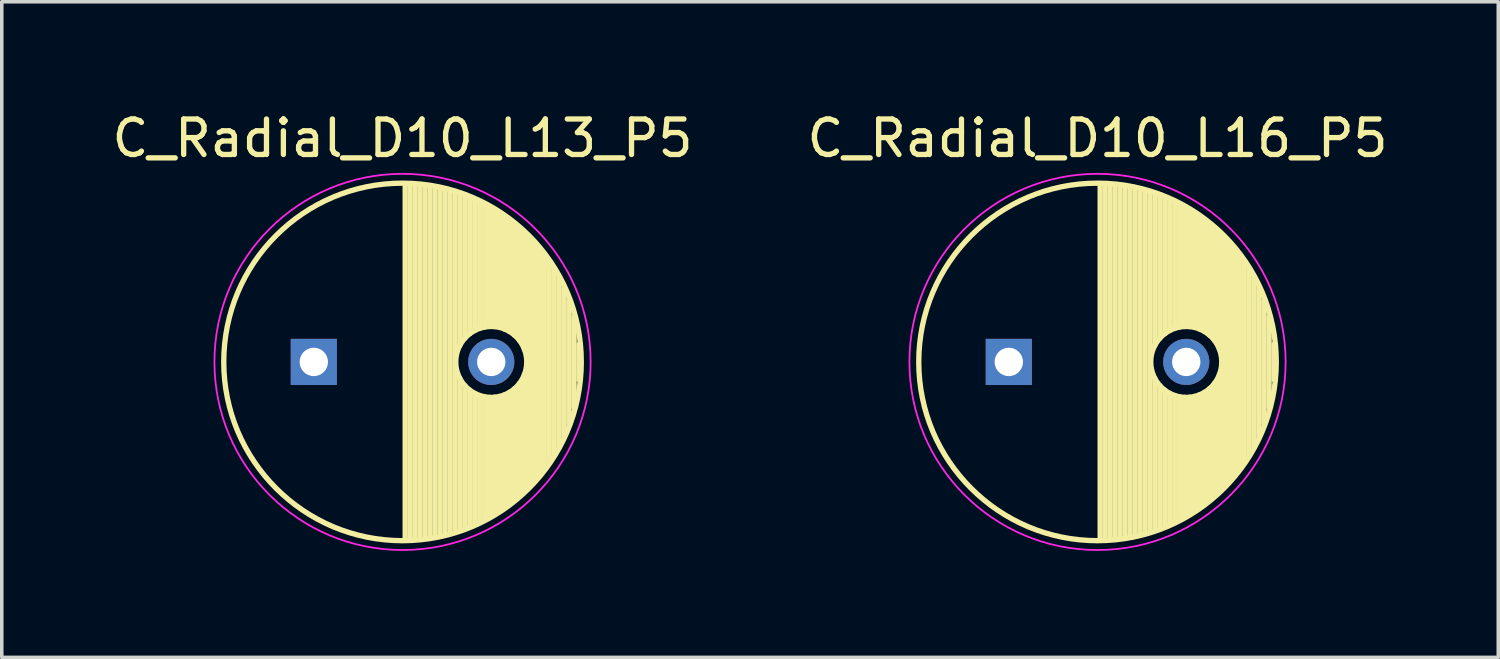
<source format=kicad_pcb>
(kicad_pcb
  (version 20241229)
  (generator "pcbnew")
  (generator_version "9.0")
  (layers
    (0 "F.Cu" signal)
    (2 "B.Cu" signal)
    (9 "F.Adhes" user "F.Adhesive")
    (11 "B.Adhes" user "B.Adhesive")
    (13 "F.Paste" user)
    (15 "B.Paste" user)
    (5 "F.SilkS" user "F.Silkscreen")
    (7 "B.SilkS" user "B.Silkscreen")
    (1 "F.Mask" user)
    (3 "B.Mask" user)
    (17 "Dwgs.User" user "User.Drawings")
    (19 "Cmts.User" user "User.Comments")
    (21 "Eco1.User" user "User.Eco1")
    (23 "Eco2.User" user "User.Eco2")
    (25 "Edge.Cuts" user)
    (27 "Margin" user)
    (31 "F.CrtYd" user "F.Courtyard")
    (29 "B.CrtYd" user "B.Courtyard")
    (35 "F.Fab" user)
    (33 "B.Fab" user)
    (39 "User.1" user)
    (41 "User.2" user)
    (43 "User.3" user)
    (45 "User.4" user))
  (footprint "C_Radial_D10_L13_P5"
    (layer "F.Cu")
    (at 5.792 7.148)
    (property "Reference" "C_Radial_D10_L13_P5" (at 2.5 -6.3 0) (layer "F.SilkS") (effects (font (size 1 1) (thickness 0.15))))
    (attr through_hole)
    (fp_line (start 2.575 -4.999) (end 2.575 4.999) (stroke (width 0.15) (type solid)) (layer "F.SilkS"))
    (fp_line (start 2.715 -4.995) (end 2.715 4.995) (stroke (width 0.15) (type solid)) (layer "F.SilkS"))
    (fp_line (start 2.855 -4.987) (end 2.855 4.987) (stroke (width 0.15) (type solid)) (layer "F.SilkS"))
    (fp_line (start 2.995 -4.975) (end 2.995 4.975) (stroke (width 0.15) (type solid)) (layer "F.SilkS"))
    (fp_line (start 3.135 -4.96) (end 3.135 4.96) (stroke (width 0.15) (type solid)) (layer "F.SilkS"))
    (fp_line (start 3.275 -4.94) (end 3.275 4.94) (stroke (width 0.15) (type solid)) (layer "F.SilkS"))
    (fp_line (start 3.415 -4.916) (end 3.415 4.916) (stroke (width 0.15) (type solid)) (layer "F.SilkS"))
    (fp_line (start 3.555 -4.887) (end 3.555 4.887) (stroke (width 0.15) (type solid)) (layer "F.SilkS"))
    (fp_line (start 3.695 -4.855) (end 3.695 4.855) (stroke (width 0.15) (type solid)) (layer "F.SilkS"))
    (fp_line (start 3.835 -4.818) (end 3.835 4.818) (stroke (width 0.15) (type solid)) (layer "F.SilkS"))
    (fp_line (start 3.975 -4.777) (end 3.975 4.777) (stroke (width 0.15) (type solid)) (layer "F.SilkS"))
    (fp_line (start 4.115 -4.732) (end 4.115 -0.466) (stroke (width 0.15) (type solid)) (layer "F.SilkS"))
    (fp_line (start 4.115 0.466) (end 4.115 4.732) (stroke (width 0.15) (type solid)) (layer "F.SilkS"))
    (fp_line (start 4.255 -4.682) (end 4.255 -0.667) (stroke (width 0.15) (type solid)) (layer "F.SilkS"))
    (fp_line (start 4.255 0.667) (end 4.255 4.682) (stroke (width 0.15) (type solid)) (layer "F.SilkS"))
    (fp_line (start 4.395 -4.627) (end 4.395 -0.796) (stroke (width 0.15) (type solid)) (layer "F.SilkS"))
    (fp_line (start 4.395 0.796) (end 4.395 4.627) (stroke (width 0.15) (type solid)) (layer "F.SilkS"))
    (fp_line (start 4.535 -4.567) (end 4.535 -0.885) (stroke (width 0.15) (type solid)) (layer "F.SilkS"))
    (fp_line (start 4.535 0.885) (end 4.535 4.567) (stroke (width 0.15) (type solid)) (layer "F.SilkS"))
    (fp_line (start 4.675 -4.502) (end 4.675 -0.946) (stroke (width 0.15) (type solid)) (layer "F.SilkS"))
    (fp_line (start 4.675 0.946) (end 4.675 4.502) (stroke (width 0.15) (type solid)) (layer "F.SilkS"))
    (fp_line (start 4.815 -4.432) (end 4.815 -0.983) (stroke (width 0.15) (type solid)) (layer "F.SilkS"))
    (fp_line (start 4.815 0.983) (end 4.815 4.432) (stroke (width 0.15) (type solid)) (layer "F.SilkS"))
    (fp_line (start 4.955 -4.356) (end 4.955 -0.999) (stroke (width 0.15) (type solid)) (layer "F.SilkS"))
    (fp_line (start 4.955 0.999) (end 4.955 4.356) (stroke (width 0.15) (type solid)) (layer "F.SilkS"))
    (fp_line (start 5.095 -4.274) (end 5.095 -0.995) (stroke (width 0.15) (type solid)) (layer "F.SilkS"))
    (fp_line (start 5.095 0.995) (end 5.095 4.274) (stroke (width 0.15) (type solid)) (layer "F.SilkS"))
    (fp_line (start 5.235 -4.186) (end 5.235 -0.972) (stroke (width 0.15) (type solid)) (layer "F.SilkS"))
    (fp_line (start 5.235 0.972) (end 5.235 4.186) (stroke (width 0.15) (type solid)) (layer "F.SilkS"))
    (fp_line (start 5.375 -4.091) (end 5.375 -0.927) (stroke (width 0.15) (type solid)) (layer "F.SilkS"))
    (fp_line (start 5.375 0.927) (end 5.375 4.091) (stroke (width 0.15) (type solid)) (layer "F.SilkS"))
    (fp_line (start 5.515 -3.989) (end 5.515 -0.857) (stroke (width 0.15) (type solid)) (layer "F.SilkS"))
    (fp_line (start 5.515 0.857) (end 5.515 3.989) (stroke (width 0.15) (type solid)) (layer "F.SilkS"))
    (fp_line (start 5.655 -3.879) (end 5.655 -0.756) (stroke (width 0.15) (type solid)) (layer "F.SilkS"))
    (fp_line (start 5.655 0.756) (end 5.655 3.879) (stroke (width 0.15) (type solid)) (layer "F.SilkS"))
    (fp_line (start 5.795 -3.761) (end 5.795 -0.607) (stroke (width 0.15) (type solid)) (layer "F.SilkS"))
    (fp_line (start 5.795 0.607) (end 5.795 3.761) (stroke (width 0.15) (type solid)) (layer "F.SilkS"))
    (fp_line (start 5.935 -3.633) (end 5.935 -0.355) (stroke (width 0.15) (type solid)) (layer "F.SilkS"))
    (fp_line (start 5.935 0.355) (end 5.935 3.633) (stroke (width 0.15) (type solid)) (layer "F.SilkS"))
    (fp_line (start 6.075 -3.496) (end 6.075 3.496) (stroke (width 0.15) (type solid)) (layer "F.SilkS"))
    (fp_line (start 6.215 -3.346) (end 6.215 3.346) (stroke (width 0.15) (type solid)) (layer "F.SilkS"))
    (fp_line (start 6.355 -3.184) (end 6.355 3.184) (stroke (width 0.15) (type solid)) (layer "F.SilkS"))
    (fp_line (start 6.495 -3.007) (end 6.495 3.007) (stroke (width 0.15) (type solid)) (layer "F.SilkS"))
    (fp_line (start 6.635 -2.811) (end 6.635 2.811) (stroke (width 0.15) (type solid)) (layer "F.SilkS"))
    (fp_line (start 6.775 -2.593) (end 6.775 2.593) (stroke (width 0.15) (type solid)) (layer "F.SilkS"))
    (fp_line (start 6.915 -2.347) (end 6.915 2.347) (stroke (width 0.15) (type solid)) (layer "F.SilkS"))
    (fp_line (start 7.055 -2.062) (end 7.055 2.062) (stroke (width 0.15) (type solid)) (layer "F.SilkS"))
    (fp_line (start 7.195 -1.72) (end 7.195 1.72) (stroke (width 0.15) (type solid)) (layer "F.SilkS"))
    (fp_line (start 7.335 -1.274) (end 7.335 1.274) (stroke (width 0.15) (type solid)) (layer "F.SilkS"))
    (fp_line (start 7.475 -0.499) (end 7.475 0.499) (stroke (width 0.15) (type solid)) (layer "F.SilkS"))
    (fp_circle (center 2.5 0) (end 2.5 -5.037) (stroke (width 0.15) (type solid)) (fill no) (layer "F.SilkS"))
    (fp_circle (center 5 0) (end 5 -1) (stroke (width 0.15) (type solid)) (fill no) (layer "F.SilkS"))
    (fp_circle (center 2.5 0) (end 2.5 -5.3) (stroke (width 0.05) (type solid)) (fill no) (layer "F.CrtYd"))
    (pad "1" thru_hole rect (at 0 0) (size 1.3 1.3) (drill 0.8) (layers "*.Cu" "*.Mask"))
    (pad "2" thru_hole circle (at 5 0) (size 1.3 1.3) (drill 0.8) (layers "*.Cu" "*.Mask")))
  (footprint "C_Radial_D10_L16_P5"
    (layer "F.Cu")
    (at 25.375 7.148)
    (property "Reference" "C_Radial_D10_L16_P5" (at 2.5 -6.3 0) (layer "F.SilkS") (effects (font (size 1 1) (thickness 0.15))))
    (attr through_hole)
    (fp_line (start 2.575 -4.999) (end 2.575 4.999) (stroke (width 0.15) (type solid)) (layer "F.SilkS"))
    (fp_line (start 2.715 -4.995) (end 2.715 4.995) (stroke (width 0.15) (type solid)) (layer "F.SilkS"))
    (fp_line (start 2.855 -4.987) (end 2.855 4.987) (stroke (width 0.15) (type solid)) (layer "F.SilkS"))
    (fp_line (start 2.995 -4.975) (end 2.995 4.975) (stroke (width 0.15) (type solid)) (layer "F.SilkS"))
    (fp_line (start 3.135 -4.96) (end 3.135 4.96) (stroke (width 0.15) (type solid)) (layer "F.SilkS"))
    (fp_line (start 3.275 -4.94) (end 3.275 4.94) (stroke (width 0.15) (type solid)) (layer "F.SilkS"))
    (fp_line (start 3.415 -4.916) (end 3.415 4.916) (stroke (width 0.15) (type solid)) (layer "F.SilkS"))
    (fp_line (start 3.555 -4.887) (end 3.555 4.887) (stroke (width 0.15) (type solid)) (layer "F.SilkS"))
    (fp_line (start 3.695 -4.855) (end 3.695 4.855) (stroke (width 0.15) (type solid)) (layer "F.SilkS"))
    (fp_line (start 3.835 -4.818) (end 3.835 4.818) (stroke (width 0.15) (type solid)) (layer "F.SilkS"))
    (fp_line (start 3.975 -4.777) (end 3.975 4.777) (stroke (width 0.15) (type solid)) (layer "F.SilkS"))
    (fp_line (start 4.115 -4.732) (end 4.115 -0.466) (stroke (width 0.15) (type solid)) (layer "F.SilkS"))
    (fp_line (start 4.115 0.466) (end 4.115 4.732) (stroke (width 0.15) (type solid)) (layer "F.SilkS"))
    (fp_line (start 4.255 -4.682) (end 4.255 -0.667) (stroke (width 0.15) (type solid)) (layer "F.SilkS"))
    (fp_line (start 4.255 0.667) (end 4.255 4.682) (stroke (width 0.15) (type solid)) (layer "F.SilkS"))
    (fp_line (start 4.395 -4.627) (end 4.395 -0.796) (stroke (width 0.15) (type solid)) (layer "F.SilkS"))
    (fp_line (start 4.395 0.796) (end 4.395 4.627) (stroke (width 0.15) (type solid)) (layer "F.SilkS"))
    (fp_line (start 4.535 -4.567) (end 4.535 -0.885) (stroke (width 0.15) (type solid)) (layer "F.SilkS"))
    (fp_line (start 4.535 0.885) (end 4.535 4.567) (stroke (width 0.15) (type solid)) (layer "F.SilkS"))
    (fp_line (start 4.675 -4.502) (end 4.675 -0.946) (stroke (width 0.15) (type solid)) (layer "F.SilkS"))
    (fp_line (start 4.675 0.946) (end 4.675 4.502) (stroke (width 0.15) (type solid)) (layer "F.SilkS"))
    (fp_line (start 4.815 -4.432) (end 4.815 -0.983) (stroke (width 0.15) (type solid)) (layer "F.SilkS"))
    (fp_line (start 4.815 0.983) (end 4.815 4.432) (stroke (width 0.15) (type solid)) (layer "F.SilkS"))
    (fp_line (start 4.955 -4.356) (end 4.955 -0.999) (stroke (width 0.15) (type solid)) (layer "F.SilkS"))
    (fp_line (start 4.955 0.999) (end 4.955 4.356) (stroke (width 0.15) (type solid)) (layer "F.SilkS"))
    (fp_line (start 5.095 -4.274) (end 5.095 -0.995) (stroke (width 0.15) (type solid)) (layer "F.SilkS"))
    (fp_line (start 5.095 0.995) (end 5.095 4.274) (stroke (width 0.15) (type solid)) (layer "F.SilkS"))
    (fp_line (start 5.235 -4.186) (end 5.235 -0.972) (stroke (width 0.15) (type solid)) (layer "F.SilkS"))
    (fp_line (start 5.235 0.972) (end 5.235 4.186) (stroke (width 0.15) (type solid)) (layer "F.SilkS"))
    (fp_line (start 5.375 -4.091) (end 5.375 -0.927) (stroke (width 0.15) (type solid)) (layer "F.SilkS"))
    (fp_line (start 5.375 0.927) (end 5.375 4.091) (stroke (width 0.15) (type solid)) (layer "F.SilkS"))
    (fp_line (start 5.515 -3.989) (end 5.515 -0.857) (stroke (width 0.15) (type solid)) (layer "F.SilkS"))
    (fp_line (start 5.515 0.857) (end 5.515 3.989) (stroke (width 0.15) (type solid)) (layer "F.SilkS"))
    (fp_line (start 5.655 -3.879) (end 5.655 -0.756) (stroke (width 0.15) (type solid)) (layer "F.SilkS"))
    (fp_line (start 5.655 0.756) (end 5.655 3.879) (stroke (width 0.15) (type solid)) (layer "F.SilkS"))
    (fp_line (start 5.795 -3.761) (end 5.795 -0.607) (stroke (width 0.15) (type solid)) (layer "F.SilkS"))
    (fp_line (start 5.795 0.607) (end 5.795 3.761) (stroke (width 0.15) (type solid)) (layer "F.SilkS"))
    (fp_line (start 5.935 -3.633) (end 5.935 -0.355) (stroke (width 0.15) (type solid)) (layer "F.SilkS"))
    (fp_line (start 5.935 0.355) (end 5.935 3.633) (stroke (width 0.15) (type solid)) (layer "F.SilkS"))
    (fp_line (start 6.075 -3.496) (end 6.075 3.496) (stroke (width 0.15) (type solid)) (layer "F.SilkS"))
    (fp_line (start 6.215 -3.346) (end 6.215 3.346) (stroke (width 0.15) (type solid)) (layer "F.SilkS"))
    (fp_line (start 6.355 -3.184) (end 6.355 3.184) (stroke (width 0.15) (type solid)) (layer "F.SilkS"))
    (fp_line (start 6.495 -3.007) (end 6.495 3.007) (stroke (width 0.15) (type solid)) (layer "F.SilkS"))
    (fp_line (start 6.635 -2.811) (end 6.635 2.811) (stroke (width 0.15) (type solid)) (layer "F.SilkS"))
    (fp_line (start 6.775 -2.593) (end 6.775 2.593) (stroke (width 0.15) (type solid)) (layer "F.SilkS"))
    (fp_line (start 6.915 -2.347) (end 6.915 2.347) (stroke (width 0.15) (type solid)) (layer "F.SilkS"))
    (fp_line (start 7.055 -2.062) (end 7.055 2.062) (stroke (width 0.15) (type solid)) (layer "F.SilkS"))
    (fp_line (start 7.195 -1.72) (end 7.195 1.72) (stroke (width 0.15) (type solid)) (layer "F.SilkS"))
    (fp_line (start 7.335 -1.274) (end 7.335 1.274) (stroke (width 0.15) (type solid)) (layer "F.SilkS"))
    (fp_line (start 7.475 -0.499) (end 7.475 0.499) (stroke (width 0.15) (type solid)) (layer "F.SilkS"))
    (fp_circle (center 2.5 0) (end 2.5 -5.037) (stroke (width 0.15) (type solid)) (fill no) (layer "F.SilkS"))
    (fp_circle (center 5 0) (end 5 -1) (stroke (width 0.15) (type solid)) (fill no) (layer "F.SilkS"))
    (fp_circle (center 2.5 0) (end 2.5 -5.3) (stroke (width 0.05) (type solid)) (fill no) (layer "F.CrtYd"))
    (pad "1" thru_hole rect (at 0 0) (size 1.3 1.3) (drill 0.8) (layers "*.Cu" "*.Mask"))
    (pad "2" thru_hole circle (at 5 0) (size 1.3 1.3) (drill 0.8) (layers "*.Cu" "*.Mask")))
  (gr_rect
    (start -3 -3)
    (end 39.167 15.473)
    (stroke (width 0.1) (type default))
    (fill no)
    (layer "Edge.Cuts")))
</source>
